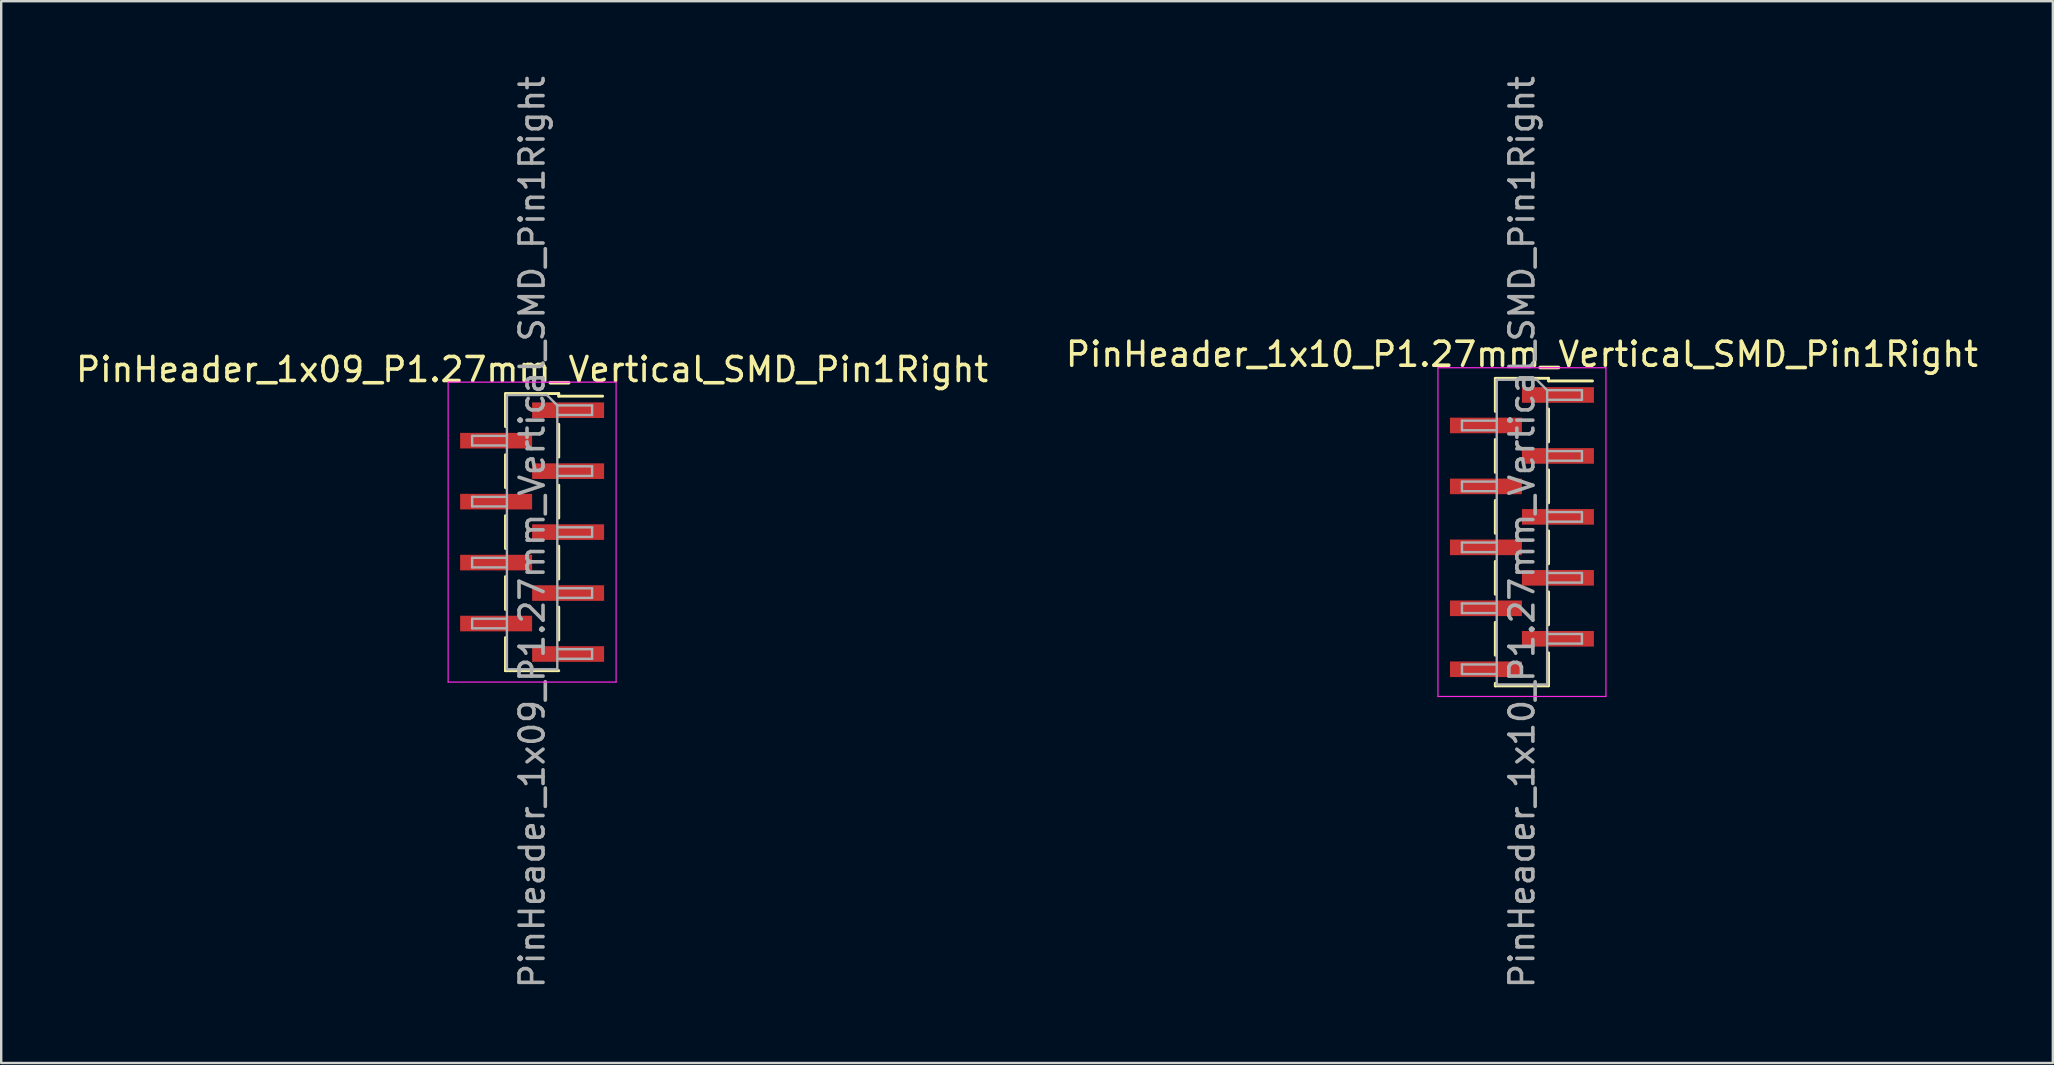
<source format=kicad_pcb>
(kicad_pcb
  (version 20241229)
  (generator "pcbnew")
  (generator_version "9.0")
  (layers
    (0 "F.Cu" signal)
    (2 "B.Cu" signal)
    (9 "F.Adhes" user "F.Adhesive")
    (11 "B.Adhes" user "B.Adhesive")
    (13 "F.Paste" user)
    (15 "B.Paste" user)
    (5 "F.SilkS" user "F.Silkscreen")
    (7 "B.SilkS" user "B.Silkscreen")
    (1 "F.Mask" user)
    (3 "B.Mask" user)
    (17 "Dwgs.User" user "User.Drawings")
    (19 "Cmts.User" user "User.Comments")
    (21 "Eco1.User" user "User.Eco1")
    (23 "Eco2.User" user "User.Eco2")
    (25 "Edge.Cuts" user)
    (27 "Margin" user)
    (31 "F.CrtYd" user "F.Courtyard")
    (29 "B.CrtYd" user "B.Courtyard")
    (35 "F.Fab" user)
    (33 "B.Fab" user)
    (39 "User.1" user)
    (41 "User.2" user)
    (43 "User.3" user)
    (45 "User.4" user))
  (footprint "PinHeader_1x10_P1.27mm_Vertical_SMD_Pin1Right"
    (layer "F.Cu")
    (at 60.375 19.125)
    (property "Reference" "PinHeader_1x10_P1.27mm_Vertical_SMD_Pin1Right" (at 0 -7.41 0) (layer "F.SilkS") (effects (font (size 1 1) (thickness 0.15))))
    (attr smd)
    (fp_line (start -1.11 -6.41) (end 1.11 -6.41) (stroke (width 0.12) (type solid)) (layer "F.SilkS"))
    (fp_line (start -1.11 -6.4) (end -1.11 -5.03) (stroke (width 0.12) (type solid)) (layer "F.SilkS"))
    (fp_line (start -1.11 -3.86) (end -1.11 -2.49) (stroke (width 0.12) (type solid)) (layer "F.SilkS"))
    (fp_line (start -1.11 -1.32) (end -1.11 0.05) (stroke (width 0.12) (type solid)) (layer "F.SilkS"))
    (fp_line (start -1.11 1.22) (end -1.11 2.59) (stroke (width 0.12) (type solid)) (layer "F.SilkS"))
    (fp_line (start -1.11 3.76) (end -1.11 5.13) (stroke (width 0.12) (type solid)) (layer "F.SilkS"))
    (fp_line (start -1.11 6.3) (end -1.11 6.41) (stroke (width 0.12) (type solid)) (layer "F.SilkS"))
    (fp_line (start -1.11 6.41) (end 1.11 6.41) (stroke (width 0.12) (type solid)) (layer "F.SilkS"))
    (fp_line (start 1.11 -6.41) (end 1.11 -6.3) (stroke (width 0.12) (type solid)) (layer "F.SilkS"))
    (fp_line (start 1.11 -6.3) (end 2.94 -6.3) (stroke (width 0.12) (type solid)) (layer "F.SilkS"))
    (fp_line (start 1.11 -5.13) (end 1.11 -3.76) (stroke (width 0.12) (type solid)) (layer "F.SilkS"))
    (fp_line (start 1.11 -2.59) (end 1.11 -1.22) (stroke (width 0.12) (type solid)) (layer "F.SilkS"))
    (fp_line (start 1.11 -0.05) (end 1.11 1.32) (stroke (width 0.12) (type solid)) (layer "F.SilkS"))
    (fp_line (start 1.11 2.49) (end 1.11 3.86) (stroke (width 0.12) (type solid)) (layer "F.SilkS"))
    (fp_line (start 1.11 5.03) (end 1.11 6.4) (stroke (width 0.12) (type solid)) (layer "F.SilkS"))
    (fp_line (start -3.5 -6.85) (end -3.5 6.85) (stroke (width 0.05) (type solid)) (layer "F.CrtYd"))
    (fp_line (start -3.5 6.85) (end 3.5 6.85) (stroke (width 0.05) (type solid)) (layer "F.CrtYd"))
    (fp_line (start 3.5 -6.85) (end -3.5 -6.85) (stroke (width 0.05) (type solid)) (layer "F.CrtYd"))
    (fp_line (start 3.5 6.85) (end 3.5 -6.85) (stroke (width 0.05) (type solid)) (layer "F.CrtYd"))
    (fp_line (start -2.5 -4.645) (end -2.5 -4.245) (stroke (width 0.1) (type solid)) (layer "F.Fab"))
    (fp_line (start -2.5 -4.245) (end -1.05 -4.245) (stroke (width 0.1) (type solid)) (layer "F.Fab"))
    (fp_line (start -2.5 -2.105) (end -2.5 -1.705) (stroke (width 0.1) (type solid)) (layer "F.Fab"))
    (fp_line (start -2.5 -1.705) (end -1.05 -1.705) (stroke (width 0.1) (type solid)) (layer "F.Fab"))
    (fp_line (start -2.5 0.435) (end -2.5 0.835) (stroke (width 0.1) (type solid)) (layer "F.Fab"))
    (fp_line (start -2.5 0.835) (end -1.05 0.835) (stroke (width 0.1) (type solid)) (layer "F.Fab"))
    (fp_line (start -2.5 2.975) (end -2.5 3.375) (stroke (width 0.1) (type solid)) (layer "F.Fab"))
    (fp_line (start -2.5 3.375) (end -1.05 3.375) (stroke (width 0.1) (type solid)) (layer "F.Fab"))
    (fp_line (start -2.5 5.515) (end -2.5 5.915) (stroke (width 0.1) (type solid)) (layer "F.Fab"))
    (fp_line (start -2.5 5.915) (end -1.05 5.915) (stroke (width 0.1) (type solid)) (layer "F.Fab"))
    (fp_line (start -1.05 -6.35) (end -1.05 6.35) (stroke (width 0.1) (type solid)) (layer "F.Fab"))
    (fp_line (start -1.05 -6.35) (end 0.615 -6.35) (stroke (width 0.1) (type solid)) (layer "F.Fab"))
    (fp_line (start -1.05 -4.645) (end -2.5 -4.645) (stroke (width 0.1) (type solid)) (layer "F.Fab"))
    (fp_line (start -1.05 -2.105) (end -2.5 -2.105) (stroke (width 0.1) (type solid)) (layer "F.Fab"))
    (fp_line (start -1.05 0.435) (end -2.5 0.435) (stroke (width 0.1) (type solid)) (layer "F.Fab"))
    (fp_line (start -1.05 2.975) (end -2.5 2.975) (stroke (width 0.1) (type solid)) (layer "F.Fab"))
    (fp_line (start -1.05 5.515) (end -2.5 5.515) (stroke (width 0.1) (type solid)) (layer "F.Fab"))
    (fp_line (start 1.05 -5.915) (end 0.615 -6.35) (stroke (width 0.1) (type solid)) (layer "F.Fab"))
    (fp_line (start 1.05 -5.915) (end 2.5 -5.915) (stroke (width 0.1) (type solid)) (layer "F.Fab"))
    (fp_line (start 1.05 -3.375) (end 2.5 -3.375) (stroke (width 0.1) (type solid)) (layer "F.Fab"))
    (fp_line (start 1.05 -0.835) (end 2.5 -0.835) (stroke (width 0.1) (type solid)) (layer "F.Fab"))
    (fp_line (start 1.05 1.705) (end 2.5 1.705) (stroke (width 0.1) (type solid)) (layer "F.Fab"))
    (fp_line (start 1.05 4.245) (end 2.5 4.245) (stroke (width 0.1) (type solid)) (layer "F.Fab"))
    (fp_line (start 1.05 6.35) (end -1.05 6.35) (stroke (width 0.1) (type solid)) (layer "F.Fab"))
    (fp_line (start 1.05 6.35) (end 1.05 -5.915) (stroke (width 0.1) (type solid)) (layer "F.Fab"))
    (fp_line (start 2.5 -5.915) (end 2.5 -5.515) (stroke (width 0.1) (type solid)) (layer "F.Fab"))
    (fp_line (start 2.5 -5.515) (end 1.05 -5.515) (stroke (width 0.1) (type solid)) (layer "F.Fab"))
    (fp_line (start 2.5 -3.375) (end 2.5 -2.975) (stroke (width 0.1) (type solid)) (layer "F.Fab"))
    (fp_line (start 2.5 -2.975) (end 1.05 -2.975) (stroke (width 0.1) (type solid)) (layer "F.Fab"))
    (fp_line (start 2.5 -0.835) (end 2.5 -0.435) (stroke (width 0.1) (type solid)) (layer "F.Fab"))
    (fp_line (start 2.5 -0.435) (end 1.05 -0.435) (stroke (width 0.1) (type solid)) (layer "F.Fab"))
    (fp_line (start 2.5 1.705) (end 2.5 2.105) (stroke (width 0.1) (type solid)) (layer "F.Fab"))
    (fp_line (start 2.5 2.105) (end 1.05 2.105) (stroke (width 0.1) (type solid)) (layer "F.Fab"))
    (fp_line (start 2.5 4.245) (end 2.5 4.645) (stroke (width 0.1) (type solid)) (layer "F.Fab"))
    (fp_line (start 2.5 4.645) (end 1.05 4.645) (stroke (width 0.1) (type solid)) (layer "F.Fab"))
    (fp_text user "${REFERENCE}" (at 0 0 90) (layer "F.Fab") (effects (font (size 1 1) (thickness 0.15))))
    (pad "1" smd rect (at 1.5 -5.715) (size 3 0.65) (layers "F.Cu" "F.Mask" "F.Paste"))
    (pad "2" smd rect (at -1.5 -4.445) (size 3 0.65) (layers "F.Cu" "F.Mask" "F.Paste"))
    (pad "3" smd rect (at 1.5 -3.175) (size 3 0.65) (layers "F.Cu" "F.Mask" "F.Paste"))
    (pad "4" smd rect (at -1.5 -1.905) (size 3 0.65) (layers "F.Cu" "F.Mask" "F.Paste"))
    (pad "5" smd rect (at 1.5 -0.635) (size 3 0.65) (layers "F.Cu" "F.Mask" "F.Paste"))
    (pad "6" smd rect (at -1.5 0.635) (size 3 0.65) (layers "F.Cu" "F.Mask" "F.Paste"))
    (pad "7" smd rect (at 1.5 1.905) (size 3 0.65) (layers "F.Cu" "F.Mask" "F.Paste"))
    (pad "8" smd rect (at -1.5 3.175) (size 3 0.65) (layers "F.Cu" "F.Mask" "F.Paste"))
    (pad "9" smd rect (at 1.5 4.445) (size 3 0.65) (layers "F.Cu" "F.Mask" "F.Paste"))
    (pad "10" smd rect (at -1.5 5.715) (size 3 0.65) (layers "F.Cu" "F.Mask" "F.Paste")))
  (footprint "PinHeader_1x09_P1.27mm_Vertical_SMD_Pin1Right"
    (layer "F.Cu")
    (at 19.125 19.125)
    (property "Reference" "PinHeader_1x09_P1.27mm_Vertical_SMD_Pin1Right" (at 0 -6.775 0) (layer "F.SilkS") (effects (font (size 1 1) (thickness 0.15))))
    (attr smd)
    (fp_line (start -1.11 -5.775) (end 1.11 -5.775) (stroke (width 0.12) (type solid)) (layer "F.SilkS"))
    (fp_line (start -1.11 -5.765) (end -1.11 -4.395) (stroke (width 0.12) (type solid)) (layer "F.SilkS"))
    (fp_line (start -1.11 -3.225) (end -1.11 -1.855) (stroke (width 0.12) (type solid)) (layer "F.SilkS"))
    (fp_line (start -1.11 -0.685) (end -1.11 0.685) (stroke (width 0.12) (type solid)) (layer "F.SilkS"))
    (fp_line (start -1.11 1.855) (end -1.11 3.225) (stroke (width 0.12) (type solid)) (layer "F.SilkS"))
    (fp_line (start -1.11 4.395) (end -1.11 5.765) (stroke (width 0.12) (type solid)) (layer "F.SilkS"))
    (fp_line (start -1.11 5.665) (end -1.11 5.775) (stroke (width 0.12) (type solid)) (layer "F.SilkS"))
    (fp_line (start -1.11 5.775) (end 1.11 5.775) (stroke (width 0.12) (type solid)) (layer "F.SilkS"))
    (fp_line (start 1.11 -5.775) (end 1.11 -5.665) (stroke (width 0.12) (type solid)) (layer "F.SilkS"))
    (fp_line (start 1.11 -5.665) (end 2.94 -5.665) (stroke (width 0.12) (type solid)) (layer "F.SilkS"))
    (fp_line (start 1.11 -4.495) (end 1.11 -3.125) (stroke (width 0.12) (type solid)) (layer "F.SilkS"))
    (fp_line (start 1.11 -1.955) (end 1.11 -0.585) (stroke (width 0.12) (type solid)) (layer "F.SilkS"))
    (fp_line (start 1.11 0.585) (end 1.11 1.955) (stroke (width 0.12) (type solid)) (layer "F.SilkS"))
    (fp_line (start 1.11 3.125) (end 1.11 4.495) (stroke (width 0.12) (type solid)) (layer "F.SilkS"))
    (fp_line (start -3.5 -6.25) (end -3.5 6.25) (stroke (width 0.05) (type solid)) (layer "F.CrtYd"))
    (fp_line (start -3.5 6.25) (end 3.5 6.25) (stroke (width 0.05) (type solid)) (layer "F.CrtYd"))
    (fp_line (start 3.5 -6.25) (end -3.5 -6.25) (stroke (width 0.05) (type solid)) (layer "F.CrtYd"))
    (fp_line (start 3.5 6.25) (end 3.5 -6.25) (stroke (width 0.05) (type solid)) (layer "F.CrtYd"))
    (fp_line (start -2.5 -4.01) (end -2.5 -3.61) (stroke (width 0.1) (type solid)) (layer "F.Fab"))
    (fp_line (start -2.5 -3.61) (end -1.05 -3.61) (stroke (width 0.1) (type solid)) (layer "F.Fab"))
    (fp_line (start -2.5 -1.47) (end -2.5 -1.07) (stroke (width 0.1) (type solid)) (layer "F.Fab"))
    (fp_line (start -2.5 -1.07) (end -1.05 -1.07) (stroke (width 0.1) (type solid)) (layer "F.Fab"))
    (fp_line (start -2.5 1.07) (end -2.5 1.47) (stroke (width 0.1) (type solid)) (layer "F.Fab"))
    (fp_line (start -2.5 1.47) (end -1.05 1.47) (stroke (width 0.1) (type solid)) (layer "F.Fab"))
    (fp_line (start -2.5 3.61) (end -2.5 4.01) (stroke (width 0.1) (type solid)) (layer "F.Fab"))
    (fp_line (start -2.5 4.01) (end -1.05 4.01) (stroke (width 0.1) (type solid)) (layer "F.Fab"))
    (fp_line (start -1.05 -5.715) (end -1.05 5.715) (stroke (width 0.1) (type solid)) (layer "F.Fab"))
    (fp_line (start -1.05 -5.715) (end 0.615 -5.715) (stroke (width 0.1) (type solid)) (layer "F.Fab"))
    (fp_line (start -1.05 -4.01) (end -2.5 -4.01) (stroke (width 0.1) (type solid)) (layer "F.Fab"))
    (fp_line (start -1.05 -1.47) (end -2.5 -1.47) (stroke (width 0.1) (type solid)) (layer "F.Fab"))
    (fp_line (start -1.05 1.07) (end -2.5 1.07) (stroke (width 0.1) (type solid)) (layer "F.Fab"))
    (fp_line (start -1.05 3.61) (end -2.5 3.61) (stroke (width 0.1) (type solid)) (layer "F.Fab"))
    (fp_line (start 1.05 -5.28) (end 0.615 -5.715) (stroke (width 0.1) (type solid)) (layer "F.Fab"))
    (fp_line (start 1.05 -5.28) (end 2.5 -5.28) (stroke (width 0.1) (type solid)) (layer "F.Fab"))
    (fp_line (start 1.05 -2.74) (end 2.5 -2.74) (stroke (width 0.1) (type solid)) (layer "F.Fab"))
    (fp_line (start 1.05 -0.2) (end 2.5 -0.2) (stroke (width 0.1) (type solid)) (layer "F.Fab"))
    (fp_line (start 1.05 2.34) (end 2.5 2.34) (stroke (width 0.1) (type solid)) (layer "F.Fab"))
    (fp_line (start 1.05 4.88) (end 2.5 4.88) (stroke (width 0.1) (type solid)) (layer "F.Fab"))
    (fp_line (start 1.05 5.715) (end -1.05 5.715) (stroke (width 0.1) (type solid)) (layer "F.Fab"))
    (fp_line (start 1.05 5.715) (end 1.05 -5.28) (stroke (width 0.1) (type solid)) (layer "F.Fab"))
    (fp_line (start 2.5 -5.28) (end 2.5 -4.88) (stroke (width 0.1) (type solid)) (layer "F.Fab"))
    (fp_line (start 2.5 -4.88) (end 1.05 -4.88) (stroke (width 0.1) (type solid)) (layer "F.Fab"))
    (fp_line (start 2.5 -2.74) (end 2.5 -2.34) (stroke (width 0.1) (type solid)) (layer "F.Fab"))
    (fp_line (start 2.5 -2.34) (end 1.05 -2.34) (stroke (width 0.1) (type solid)) (layer "F.Fab"))
    (fp_line (start 2.5 -0.2) (end 2.5 0.2) (stroke (width 0.1) (type solid)) (layer "F.Fab"))
    (fp_line (start 2.5 0.2) (end 1.05 0.2) (stroke (width 0.1) (type solid)) (layer "F.Fab"))
    (fp_line (start 2.5 2.34) (end 2.5 2.74) (stroke (width 0.1) (type solid)) (layer "F.Fab"))
    (fp_line (start 2.5 2.74) (end 1.05 2.74) (stroke (width 0.1) (type solid)) (layer "F.Fab"))
    (fp_line (start 2.5 4.88) (end 2.5 5.28) (stroke (width 0.1) (type solid)) (layer "F.Fab"))
    (fp_line (start 2.5 5.28) (end 1.05 5.28) (stroke (width 0.1) (type solid)) (layer "F.Fab"))
    (fp_text user "${REFERENCE}" (at 0 0 90) (layer "F.Fab") (effects (font (size 1 1) (thickness 0.15))))
    (pad "1" smd rect (at 1.5 -5.08) (size 3 0.65) (layers "F.Cu" "F.Mask" "F.Paste"))
    (pad "2" smd rect (at -1.5 -3.81) (size 3 0.65) (layers "F.Cu" "F.Mask" "F.Paste"))
    (pad "3" smd rect (at 1.5 -2.54) (size 3 0.65) (layers "F.Cu" "F.Mask" "F.Paste"))
    (pad "4" smd rect (at -1.5 -1.27) (size 3 0.65) (layers "F.Cu" "F.Mask" "F.Paste"))
    (pad "5" smd rect (at 1.5 0) (size 3 0.65) (layers "F.Cu" "F.Mask" "F.Paste"))
    (pad "6" smd rect (at -1.5 1.27) (size 3 0.65) (layers "F.Cu" "F.Mask" "F.Paste"))
    (pad "7" smd rect (at 1.5 2.54) (size 3 0.65) (layers "F.Cu" "F.Mask" "F.Paste"))
    (pad "8" smd rect (at -1.5 3.81) (size 3 0.65) (layers "F.Cu" "F.Mask" "F.Paste"))
    (pad "9" smd rect (at 1.5 5.08) (size 3 0.65) (layers "F.Cu" "F.Mask" "F.Paste")))
  (gr_rect
    (start -3 -3)
    (end 82.5 41.25)
    (stroke (width 0.1) (type default))
    (fill no)
    (layer "Edge.Cuts")))
</source>
